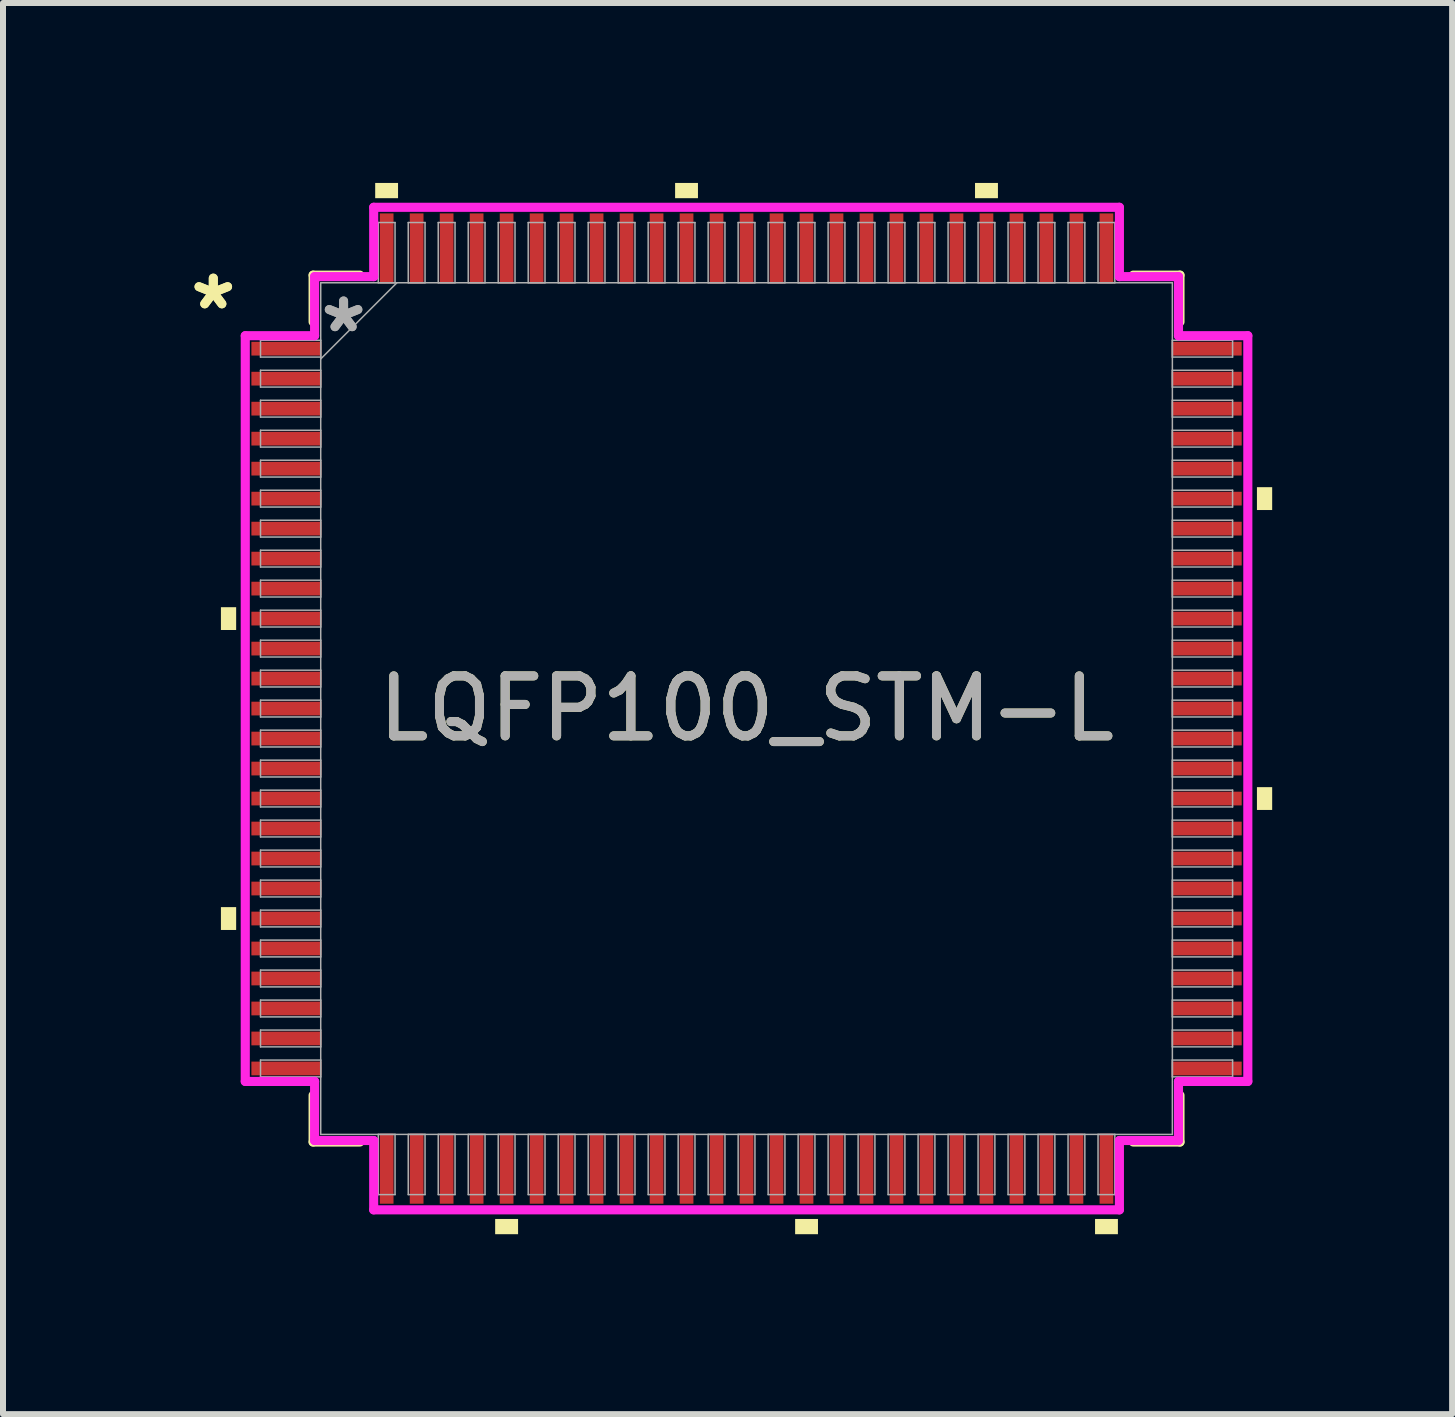
<source format=kicad_pcb>
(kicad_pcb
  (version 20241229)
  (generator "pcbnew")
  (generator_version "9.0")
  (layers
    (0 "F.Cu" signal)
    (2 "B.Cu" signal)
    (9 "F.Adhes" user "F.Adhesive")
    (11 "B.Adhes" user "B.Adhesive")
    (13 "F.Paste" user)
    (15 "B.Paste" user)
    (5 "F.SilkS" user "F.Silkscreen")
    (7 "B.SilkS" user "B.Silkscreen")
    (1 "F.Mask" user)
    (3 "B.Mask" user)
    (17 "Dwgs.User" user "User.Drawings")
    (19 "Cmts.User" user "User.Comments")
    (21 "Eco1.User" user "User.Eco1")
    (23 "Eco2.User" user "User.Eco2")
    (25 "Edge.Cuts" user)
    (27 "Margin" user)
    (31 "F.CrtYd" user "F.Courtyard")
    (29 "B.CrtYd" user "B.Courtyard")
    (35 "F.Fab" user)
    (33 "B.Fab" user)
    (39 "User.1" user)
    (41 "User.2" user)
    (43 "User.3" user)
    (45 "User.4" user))
  (footprint "LQFP100_STM-L"
    (layer "F.Cu")
    (at 9.396 8.763)
    (property "Reference" "LQFP100_STM-L" (at 0 0 0) (unlocked yes) (layer "F.SilkS") (effects (font (size 1 1) (thickness 0.15))))
    (attr smd)
    (fp_line (start -7.226 -7.226) (end -7.226 -6.447) (stroke (width 0.152) (type solid)) (layer "F.SilkS"))
    (fp_line (start -7.226 6.447) (end -7.226 7.226) (stroke (width 0.152) (type solid)) (layer "F.SilkS"))
    (fp_line (start -7.226 7.226) (end -6.447 7.226) (stroke (width 0.152) (type solid)) (layer "F.SilkS"))
    (fp_line (start -6.447 -7.226) (end -7.226 -7.226) (stroke (width 0.152) (type solid)) (layer "F.SilkS"))
    (fp_line (start 6.447 7.226) (end 7.226 7.226) (stroke (width 0.152) (type solid)) (layer "F.SilkS"))
    (fp_line (start 7.226 -7.226) (end 6.447 -7.226) (stroke (width 0.152) (type solid)) (layer "F.SilkS"))
    (fp_line (start 7.226 -6.447) (end 7.226 -7.226) (stroke (width 0.152) (type solid)) (layer "F.SilkS"))
    (fp_line (start 7.226 7.226) (end 7.226 6.447) (stroke (width 0.152) (type solid)) (layer "F.SilkS"))
    (fp_poly (pts (xy -8.763 -1.69) (xy -8.763 -1.31) (xy -8.509 -1.31) (xy -8.509 -1.69)) (stroke (width 0) (type solid)) (fill yes) (layer "F.SilkS"))
    (fp_poly (pts (xy -8.763 3.31) (xy -8.763 3.691) (xy -8.509 3.691) (xy -8.509 3.31)) (stroke (width 0) (type solid)) (fill yes) (layer "F.SilkS"))
    (fp_poly (pts (xy -6.191 -8.509) (xy -6.191 -8.763) (xy -5.81 -8.763) (xy -5.81 -8.509)) (stroke (width 0) (type solid)) (fill yes) (layer "F.SilkS"))
    (fp_poly (pts (xy -4.191 8.509) (xy -4.191 8.763) (xy -3.809 8.763) (xy -3.809 8.509)) (stroke (width 0) (type solid)) (fill yes) (layer "F.SilkS"))
    (fp_poly (pts (xy -1.191 -8.509) (xy -1.191 -8.763) (xy -0.81 -8.763) (xy -0.81 -8.509)) (stroke (width 0) (type solid)) (fill yes) (layer "F.SilkS"))
    (fp_poly (pts (xy 0.81 8.509) (xy 0.81 8.763) (xy 1.191 8.763) (xy 1.191 8.509)) (stroke (width 0) (type solid)) (fill yes) (layer "F.SilkS"))
    (fp_poly (pts (xy 3.809 -8.509) (xy 3.809 -8.763) (xy 4.191 -8.763) (xy 4.191 -8.509)) (stroke (width 0) (type solid)) (fill yes) (layer "F.SilkS"))
    (fp_poly (pts (xy 5.81 8.509) (xy 5.81 8.763) (xy 6.191 8.763) (xy 6.191 8.509)) (stroke (width 0) (type solid)) (fill yes) (layer "F.SilkS"))
    (fp_poly (pts (xy 8.763 -3.691) (xy 8.763 -3.31) (xy 8.509 -3.31) (xy 8.509 -3.691)) (stroke (width 0) (type solid)) (fill yes) (layer "F.SilkS"))
    (fp_poly (pts (xy 8.763 1.31) (xy 8.763 1.69) (xy 8.509 1.69) (xy 8.509 1.31)) (stroke (width 0) (type solid)) (fill yes) (layer "F.SilkS"))
    (fp_line (start -8.357 -6.216) (end -7.201 -6.216) (stroke (width 0.152) (type solid)) (layer "F.CrtYd"))
    (fp_line (start -8.357 6.216) (end -8.357 -6.216) (stroke (width 0.152) (type solid)) (layer "F.CrtYd"))
    (fp_line (start -7.201 -7.201) (end -6.216 -7.201) (stroke (width 0.152) (type solid)) (layer "F.CrtYd"))
    (fp_line (start -7.201 -6.216) (end -7.201 -7.201) (stroke (width 0.152) (type solid)) (layer "F.CrtYd"))
    (fp_line (start -7.201 6.216) (end -8.357 6.216) (stroke (width 0.152) (type solid)) (layer "F.CrtYd"))
    (fp_line (start -7.201 7.201) (end -7.201 6.216) (stroke (width 0.152) (type solid)) (layer "F.CrtYd"))
    (fp_line (start -7.201 7.201) (end -6.216 7.201) (stroke (width 0.152) (type solid)) (layer "F.CrtYd"))
    (fp_line (start -6.216 -8.357) (end 6.216 -8.357) (stroke (width 0.152) (type solid)) (layer "F.CrtYd"))
    (fp_line (start -6.216 -7.201) (end -6.216 -8.357) (stroke (width 0.152) (type solid)) (layer "F.CrtYd"))
    (fp_line (start -6.216 7.201) (end -6.216 8.357) (stroke (width 0.152) (type solid)) (layer "F.CrtYd"))
    (fp_line (start -6.216 8.357) (end 6.216 8.357) (stroke (width 0.152) (type solid)) (layer "F.CrtYd"))
    (fp_line (start 6.216 -8.357) (end 6.216 -7.201) (stroke (width 0.152) (type solid)) (layer "F.CrtYd"))
    (fp_line (start 6.216 -7.201) (end 7.201 -7.201) (stroke (width 0.152) (type solid)) (layer "F.CrtYd"))
    (fp_line (start 6.216 7.201) (end 7.201 7.201) (stroke (width 0.152) (type solid)) (layer "F.CrtYd"))
    (fp_line (start 6.216 8.357) (end 6.216 7.201) (stroke (width 0.152) (type solid)) (layer "F.CrtYd"))
    (fp_line (start 7.201 -6.216) (end 7.201 -7.201) (stroke (width 0.152) (type solid)) (layer "F.CrtYd"))
    (fp_line (start 7.201 6.216) (end 8.357 6.216) (stroke (width 0.152) (type solid)) (layer "F.CrtYd"))
    (fp_line (start 7.201 7.201) (end 7.201 6.216) (stroke (width 0.152) (type solid)) (layer "F.CrtYd"))
    (fp_line (start 8.357 -6.216) (end 7.201 -6.216) (stroke (width 0.152) (type solid)) (layer "F.CrtYd"))
    (fp_line (start 8.357 6.216) (end 8.357 -6.216) (stroke (width 0.152) (type solid)) (layer "F.CrtYd"))
    (fp_line (start -8.103 -6.14) (end -8.103 -5.86) (stroke (width 0.025) (type solid)) (layer "F.Fab"))
    (fp_line (start -8.103 -5.86) (end -7.099 -5.86) (stroke (width 0.025) (type solid)) (layer "F.Fab"))
    (fp_line (start -8.103 -5.64) (end -8.103 -5.36) (stroke (width 0.025) (type solid)) (layer "F.Fab"))
    (fp_line (start -8.103 -5.36) (end -7.099 -5.36) (stroke (width 0.025) (type solid)) (layer "F.Fab"))
    (fp_line (start -8.103 -5.14) (end -8.103 -4.86) (stroke (width 0.025) (type solid)) (layer "F.Fab"))
    (fp_line (start -8.103 -4.86) (end -7.099 -4.86) (stroke (width 0.025) (type solid)) (layer "F.Fab"))
    (fp_line (start -8.103 -4.64) (end -8.103 -4.36) (stroke (width 0.025) (type solid)) (layer "F.Fab"))
    (fp_line (start -8.103 -4.36) (end -7.099 -4.36) (stroke (width 0.025) (type solid)) (layer "F.Fab"))
    (fp_line (start -8.103 -4.14) (end -8.103 -3.86) (stroke (width 0.025) (type solid)) (layer "F.Fab"))
    (fp_line (start -8.103 -3.86) (end -7.099 -3.86) (stroke (width 0.025) (type solid)) (layer "F.Fab"))
    (fp_line (start -8.103 -3.64) (end -8.103 -3.36) (stroke (width 0.025) (type solid)) (layer "F.Fab"))
    (fp_line (start -8.103 -3.36) (end -7.099 -3.36) (stroke (width 0.025) (type solid)) (layer "F.Fab"))
    (fp_line (start -8.103 -3.14) (end -8.103 -2.86) (stroke (width 0.025) (type solid)) (layer "F.Fab"))
    (fp_line (start -8.103 -2.86) (end -7.099 -2.86) (stroke (width 0.025) (type solid)) (layer "F.Fab"))
    (fp_line (start -8.103 -2.64) (end -8.103 -2.36) (stroke (width 0.025) (type solid)) (layer "F.Fab"))
    (fp_line (start -8.103 -2.36) (end -7.099 -2.36) (stroke (width 0.025) (type solid)) (layer "F.Fab"))
    (fp_line (start -8.103 -2.14) (end -8.103 -1.86) (stroke (width 0.025) (type solid)) (layer "F.Fab"))
    (fp_line (start -8.103 -1.86) (end -7.099 -1.86) (stroke (width 0.025) (type solid)) (layer "F.Fab"))
    (fp_line (start -8.103 -1.64) (end -8.103 -1.36) (stroke (width 0.025) (type solid)) (layer "F.Fab"))
    (fp_line (start -8.103 -1.36) (end -7.099 -1.36) (stroke (width 0.025) (type solid)) (layer "F.Fab"))
    (fp_line (start -8.103 -1.14) (end -8.103 -0.86) (stroke (width 0.025) (type solid)) (layer "F.Fab"))
    (fp_line (start -8.103 -0.86) (end -7.099 -0.86) (stroke (width 0.025) (type solid)) (layer "F.Fab"))
    (fp_line (start -8.103 -0.64) (end -8.103 -0.36) (stroke (width 0.025) (type solid)) (layer "F.Fab"))
    (fp_line (start -8.103 -0.36) (end -7.099 -0.36) (stroke (width 0.025) (type solid)) (layer "F.Fab"))
    (fp_line (start -8.103 -0.14) (end -8.103 0.14) (stroke (width 0.025) (type solid)) (layer "F.Fab"))
    (fp_line (start -8.103 0.14) (end -7.099 0.14) (stroke (width 0.025) (type solid)) (layer "F.Fab"))
    (fp_line (start -8.103 0.36) (end -8.103 0.64) (stroke (width 0.025) (type solid)) (layer "F.Fab"))
    (fp_line (start -8.103 0.64) (end -7.099 0.64) (stroke (width 0.025) (type solid)) (layer "F.Fab"))
    (fp_line (start -8.103 0.86) (end -8.103 1.14) (stroke (width 0.025) (type solid)) (layer "F.Fab"))
    (fp_line (start -8.103 1.14) (end -7.099 1.14) (stroke (width 0.025) (type solid)) (layer "F.Fab"))
    (fp_line (start -8.103 1.36) (end -8.103 1.64) (stroke (width 0.025) (type solid)) (layer "F.Fab"))
    (fp_line (start -8.103 1.64) (end -7.099 1.64) (stroke (width 0.025) (type solid)) (layer "F.Fab"))
    (fp_line (start -8.103 1.86) (end -8.103 2.14) (stroke (width 0.025) (type solid)) (layer "F.Fab"))
    (fp_line (start -8.103 2.14) (end -7.099 2.14) (stroke (width 0.025) (type solid)) (layer "F.Fab"))
    (fp_line (start -8.103 2.36) (end -8.103 2.64) (stroke (width 0.025) (type solid)) (layer "F.Fab"))
    (fp_line (start -8.103 2.64) (end -7.099 2.64) (stroke (width 0.025) (type solid)) (layer "F.Fab"))
    (fp_line (start -8.103 2.86) (end -8.103 3.14) (stroke (width 0.025) (type solid)) (layer "F.Fab"))
    (fp_line (start -8.103 3.14) (end -7.099 3.14) (stroke (width 0.025) (type solid)) (layer "F.Fab"))
    (fp_line (start -8.103 3.36) (end -8.103 3.64) (stroke (width 0.025) (type solid)) (layer "F.Fab"))
    (fp_line (start -8.103 3.64) (end -7.099 3.64) (stroke (width 0.025) (type solid)) (layer "F.Fab"))
    (fp_line (start -8.103 3.86) (end -8.103 4.14) (stroke (width 0.025) (type solid)) (layer "F.Fab"))
    (fp_line (start -8.103 4.14) (end -7.099 4.14) (stroke (width 0.025) (type solid)) (layer "F.Fab"))
    (fp_line (start -8.103 4.36) (end -8.103 4.64) (stroke (width 0.025) (type solid)) (layer "F.Fab"))
    (fp_line (start -8.103 4.64) (end -7.099 4.64) (stroke (width 0.025) (type solid)) (layer "F.Fab"))
    (fp_line (start -8.103 4.86) (end -8.103 5.14) (stroke (width 0.025) (type solid)) (layer "F.Fab"))
    (fp_line (start -8.103 5.14) (end -7.099 5.14) (stroke (width 0.025) (type solid)) (layer "F.Fab"))
    (fp_line (start -8.103 5.36) (end -8.103 5.64) (stroke (width 0.025) (type solid)) (layer "F.Fab"))
    (fp_line (start -8.103 5.64) (end -7.099 5.64) (stroke (width 0.025) (type solid)) (layer "F.Fab"))
    (fp_line (start -8.103 5.86) (end -8.103 6.14) (stroke (width 0.025) (type solid)) (layer "F.Fab"))
    (fp_line (start -8.103 6.14) (end -7.099 6.14) (stroke (width 0.025) (type solid)) (layer "F.Fab"))
    (fp_line (start -7.099 -7.099) (end -7.099 7.099) (stroke (width 0.025) (type solid)) (layer "F.Fab"))
    (fp_line (start -7.099 -6.14) (end -8.103 -6.14) (stroke (width 0.025) (type solid)) (layer "F.Fab"))
    (fp_line (start -7.099 -5.86) (end -7.099 -6.14) (stroke (width 0.025) (type solid)) (layer "F.Fab"))
    (fp_line (start -7.099 -5.829) (end -5.829 -7.099) (stroke (width 0.025) (type solid)) (layer "F.Fab"))
    (fp_line (start -7.099 -5.64) (end -8.103 -5.64) (stroke (width 0.025) (type solid)) (layer "F.Fab"))
    (fp_line (start -7.099 -5.36) (end -7.099 -5.64) (stroke (width 0.025) (type solid)) (layer "F.Fab"))
    (fp_line (start -7.099 -5.14) (end -8.103 -5.14) (stroke (width 0.025) (type solid)) (layer "F.Fab"))
    (fp_line (start -7.099 -4.86) (end -7.099 -5.14) (stroke (width 0.025) (type solid)) (layer "F.Fab"))
    (fp_line (start -7.099 -4.64) (end -8.103 -4.64) (stroke (width 0.025) (type solid)) (layer "F.Fab"))
    (fp_line (start -7.099 -4.36) (end -7.099 -4.64) (stroke (width 0.025) (type solid)) (layer "F.Fab"))
    (fp_line (start -7.099 -4.14) (end -8.103 -4.14) (stroke (width 0.025) (type solid)) (layer "F.Fab"))
    (fp_line (start -7.099 -3.86) (end -7.099 -4.14) (stroke (width 0.025) (type solid)) (layer "F.Fab"))
    (fp_line (start -7.099 -3.64) (end -8.103 -3.64) (stroke (width 0.025) (type solid)) (layer "F.Fab"))
    (fp_line (start -7.099 -3.36) (end -7.099 -3.64) (stroke (width 0.025) (type solid)) (layer "F.Fab"))
    (fp_line (start -7.099 -3.14) (end -8.103 -3.14) (stroke (width 0.025) (type solid)) (layer "F.Fab"))
    (fp_line (start -7.099 -2.86) (end -7.099 -3.14) (stroke (width 0.025) (type solid)) (layer "F.Fab"))
    (fp_line (start -7.099 -2.64) (end -8.103 -2.64) (stroke (width 0.025) (type solid)) (layer "F.Fab"))
    (fp_line (start -7.099 -2.36) (end -7.099 -2.64) (stroke (width 0.025) (type solid)) (layer "F.Fab"))
    (fp_line (start -7.099 -2.14) (end -8.103 -2.14) (stroke (width 0.025) (type solid)) (layer "F.Fab"))
    (fp_line (start -7.099 -1.86) (end -7.099 -2.14) (stroke (width 0.025) (type solid)) (layer "F.Fab"))
    (fp_line (start -7.099 -1.64) (end -8.103 -1.64) (stroke (width 0.025) (type solid)) (layer "F.Fab"))
    (fp_line (start -7.099 -1.36) (end -7.099 -1.64) (stroke (width 0.025) (type solid)) (layer "F.Fab"))
    (fp_line (start -7.099 -1.14) (end -8.103 -1.14) (stroke (width 0.025) (type solid)) (layer "F.Fab"))
    (fp_line (start -7.099 -0.86) (end -7.099 -1.14) (stroke (width 0.025) (type solid)) (layer "F.Fab"))
    (fp_line (start -7.099 -0.64) (end -8.103 -0.64) (stroke (width 0.025) (type solid)) (layer "F.Fab"))
    (fp_line (start -7.099 -0.36) (end -7.099 -0.64) (stroke (width 0.025) (type solid)) (layer "F.Fab"))
    (fp_line (start -7.099 -0.14) (end -8.103 -0.14) (stroke (width 0.025) (type solid)) (layer "F.Fab"))
    (fp_line (start -7.099 0.14) (end -7.099 -0.14) (stroke (width 0.025) (type solid)) (layer "F.Fab"))
    (fp_line (start -7.099 0.36) (end -8.103 0.36) (stroke (width 0.025) (type solid)) (layer "F.Fab"))
    (fp_line (start -7.099 0.64) (end -7.099 0.36) (stroke (width 0.025) (type solid)) (layer "F.Fab"))
    (fp_line (start -7.099 0.86) (end -8.103 0.86) (stroke (width 0.025) (type solid)) (layer "F.Fab"))
    (fp_line (start -7.099 1.14) (end -7.099 0.86) (stroke (width 0.025) (type solid)) (layer "F.Fab"))
    (fp_line (start -7.099 1.36) (end -8.103 1.36) (stroke (width 0.025) (type solid)) (layer "F.Fab"))
    (fp_line (start -7.099 1.64) (end -7.099 1.36) (stroke (width 0.025) (type solid)) (layer "F.Fab"))
    (fp_line (start -7.099 1.86) (end -8.103 1.86) (stroke (width 0.025) (type solid)) (layer "F.Fab"))
    (fp_line (start -7.099 2.14) (end -7.099 1.86) (stroke (width 0.025) (type solid)) (layer "F.Fab"))
    (fp_line (start -7.099 2.36) (end -8.103 2.36) (stroke (width 0.025) (type solid)) (layer "F.Fab"))
    (fp_line (start -7.099 2.64) (end -7.099 2.36) (stroke (width 0.025) (type solid)) (layer "F.Fab"))
    (fp_line (start -7.099 2.86) (end -8.103 2.86) (stroke (width 0.025) (type solid)) (layer "F.Fab"))
    (fp_line (start -7.099 3.14) (end -7.099 2.86) (stroke (width 0.025) (type solid)) (layer "F.Fab"))
    (fp_line (start -7.099 3.36) (end -8.103 3.36) (stroke (width 0.025) (type solid)) (layer "F.Fab"))
    (fp_line (start -7.099 3.64) (end -7.099 3.36) (stroke (width 0.025) (type solid)) (layer "F.Fab"))
    (fp_line (start -7.099 3.86) (end -8.103 3.86) (stroke (width 0.025) (type solid)) (layer "F.Fab"))
    (fp_line (start -7.099 4.14) (end -7.099 3.86) (stroke (width 0.025) (type solid)) (layer "F.Fab"))
    (fp_line (start -7.099 4.36) (end -8.103 4.36) (stroke (width 0.025) (type solid)) (layer "F.Fab"))
    (fp_line (start -7.099 4.64) (end -7.099 4.36) (stroke (width 0.025) (type solid)) (layer "F.Fab"))
    (fp_line (start -7.099 4.86) (end -8.103 4.86) (stroke (width 0.025) (type solid)) (layer "F.Fab"))
    (fp_line (start -7.099 5.14) (end -7.099 4.86) (stroke (width 0.025) (type solid)) (layer "F.Fab"))
    (fp_line (start -7.099 5.36) (end -8.103 5.36) (stroke (width 0.025) (type solid)) (layer "F.Fab"))
    (fp_line (start -7.099 5.64) (end -7.099 5.36) (stroke (width 0.025) (type solid)) (layer "F.Fab"))
    (fp_line (start -7.099 5.86) (end -8.103 5.86) (stroke (width 0.025) (type solid)) (layer "F.Fab"))
    (fp_line (start -7.099 6.14) (end -7.099 5.86) (stroke (width 0.025) (type solid)) (layer "F.Fab"))
    (fp_line (start -7.099 7.099) (end 7.099 7.099) (stroke (width 0.025) (type solid)) (layer "F.Fab"))
    (fp_line (start -6.14 -8.103) (end -6.14 -7.099) (stroke (width 0.025) (type solid)) (layer "F.Fab"))
    (fp_line (start -6.14 -7.099) (end -5.86 -7.099) (stroke (width 0.025) (type solid)) (layer "F.Fab"))
    (fp_line (start -6.14 7.099) (end -6.14 8.103) (stroke (width 0.025) (type solid)) (layer "F.Fab"))
    (fp_line (start -6.14 8.103) (end -5.86 8.103) (stroke (width 0.025) (type solid)) (layer "F.Fab"))
    (fp_line (start -5.86 -8.103) (end -6.14 -8.103) (stroke (width 0.025) (type solid)) (layer "F.Fab"))
    (fp_line (start -5.86 -7.099) (end -5.86 -8.103) (stroke (width 0.025) (type solid)) (layer "F.Fab"))
    (fp_line (start -5.86 7.099) (end -6.14 7.099) (stroke (width 0.025) (type solid)) (layer "F.Fab"))
    (fp_line (start -5.86 8.103) (end -5.86 7.099) (stroke (width 0.025) (type solid)) (layer "F.Fab"))
    (fp_line (start -5.64 -8.103) (end -5.64 -7.099) (stroke (width 0.025) (type solid)) (layer "F.Fab"))
    (fp_line (start -5.64 -7.099) (end -5.36 -7.099) (stroke (width 0.025) (type solid)) (layer "F.Fab"))
    (fp_line (start -5.64 7.099) (end -5.64 8.103) (stroke (width 0.025) (type solid)) (layer "F.Fab"))
    (fp_line (start -5.64 8.103) (end -5.36 8.103) (stroke (width 0.025) (type solid)) (layer "F.Fab"))
    (fp_line (start -5.36 -8.103) (end -5.64 -8.103) (stroke (width 0.025) (type solid)) (layer "F.Fab"))
    (fp_line (start -5.36 -7.099) (end -5.36 -8.103) (stroke (width 0.025) (type solid)) (layer "F.Fab"))
    (fp_line (start -5.36 7.099) (end -5.64 7.099) (stroke (width 0.025) (type solid)) (layer "F.Fab"))
    (fp_line (start -5.36 8.103) (end -5.36 7.099) (stroke (width 0.025) (type solid)) (layer "F.Fab"))
    (fp_line (start -5.14 -8.103) (end -5.14 -7.099) (stroke (width 0.025) (type solid)) (layer "F.Fab"))
    (fp_line (start -5.14 -7.099) (end -4.86 -7.099) (stroke (width 0.025) (type solid)) (layer "F.Fab"))
    (fp_line (start -5.14 7.099) (end -5.14 8.103) (stroke (width 0.025) (type solid)) (layer "F.Fab"))
    (fp_line (start -5.14 8.103) (end -4.86 8.103) (stroke (width 0.025) (type solid)) (layer "F.Fab"))
    (fp_line (start -4.86 -8.103) (end -5.14 -8.103) (stroke (width 0.025) (type solid)) (layer "F.Fab"))
    (fp_line (start -4.86 -7.099) (end -4.86 -8.103) (stroke (width 0.025) (type solid)) (layer "F.Fab"))
    (fp_line (start -4.86 7.099) (end -5.14 7.099) (stroke (width 0.025) (type solid)) (layer "F.Fab"))
    (fp_line (start -4.86 8.103) (end -4.86 7.099) (stroke (width 0.025) (type solid)) (layer "F.Fab"))
    (fp_line (start -4.64 -8.103) (end -4.64 -7.099) (stroke (width 0.025) (type solid)) (layer "F.Fab"))
    (fp_line (start -4.64 -7.099) (end -4.36 -7.099) (stroke (width 0.025) (type solid)) (layer "F.Fab"))
    (fp_line (start -4.64 7.099) (end -4.64 8.103) (stroke (width 0.025) (type solid)) (layer "F.Fab"))
    (fp_line (start -4.64 8.103) (end -4.36 8.103) (stroke (width 0.025) (type solid)) (layer "F.Fab"))
    (fp_line (start -4.36 -8.103) (end -4.64 -8.103) (stroke (width 0.025) (type solid)) (layer "F.Fab"))
    (fp_line (start -4.36 -7.099) (end -4.36 -8.103) (stroke (width 0.025) (type solid)) (layer "F.Fab"))
    (fp_line (start -4.36 7.099) (end -4.64 7.099) (stroke (width 0.025) (type solid)) (layer "F.Fab"))
    (fp_line (start -4.36 8.103) (end -4.36 7.099) (stroke (width 0.025) (type solid)) (layer "F.Fab"))
    (fp_line (start -4.14 -8.103) (end -4.14 -7.099) (stroke (width 0.025) (type solid)) (layer "F.Fab"))
    (fp_line (start -4.14 -7.099) (end -3.86 -7.099) (stroke (width 0.025) (type solid)) (layer "F.Fab"))
    (fp_line (start -4.14 7.099) (end -4.14 8.103) (stroke (width 0.025) (type solid)) (layer "F.Fab"))
    (fp_line (start -4.14 8.103) (end -3.86 8.103) (stroke (width 0.025) (type solid)) (layer "F.Fab"))
    (fp_line (start -3.86 -8.103) (end -4.14 -8.103) (stroke (width 0.025) (type solid)) (layer "F.Fab"))
    (fp_line (start -3.86 -7.099) (end -3.86 -8.103) (stroke (width 0.025) (type solid)) (layer "F.Fab"))
    (fp_line (start -3.86 7.099) (end -4.14 7.099) (stroke (width 0.025) (type solid)) (layer "F.Fab"))
    (fp_line (start -3.86 8.103) (end -3.86 7.099) (stroke (width 0.025) (type solid)) (layer "F.Fab"))
    (fp_line (start -3.64 -8.103) (end -3.64 -7.099) (stroke (width 0.025) (type solid)) (layer "F.Fab"))
    (fp_line (start -3.64 -7.099) (end -3.36 -7.099) (stroke (width 0.025) (type solid)) (layer "F.Fab"))
    (fp_line (start -3.64 7.099) (end -3.64 8.103) (stroke (width 0.025) (type solid)) (layer "F.Fab"))
    (fp_line (start -3.64 8.103) (end -3.36 8.103) (stroke (width 0.025) (type solid)) (layer "F.Fab"))
    (fp_line (start -3.36 -8.103) (end -3.64 -8.103) (stroke (width 0.025) (type solid)) (layer "F.Fab"))
    (fp_line (start -3.36 -7.099) (end -3.36 -8.103) (stroke (width 0.025) (type solid)) (layer "F.Fab"))
    (fp_line (start -3.36 7.099) (end -3.64 7.099) (stroke (width 0.025) (type solid)) (layer "F.Fab"))
    (fp_line (start -3.36 8.103) (end -3.36 7.099) (stroke (width 0.025) (type solid)) (layer "F.Fab"))
    (fp_line (start -3.14 -8.103) (end -3.14 -7.099) (stroke (width 0.025) (type solid)) (layer "F.Fab"))
    (fp_line (start -3.14 -7.099) (end -2.86 -7.099) (stroke (width 0.025) (type solid)) (layer "F.Fab"))
    (fp_line (start -3.14 7.099) (end -3.14 8.103) (stroke (width 0.025) (type solid)) (layer "F.Fab"))
    (fp_line (start -3.14 8.103) (end -2.86 8.103) (stroke (width 0.025) (type solid)) (layer "F.Fab"))
    (fp_line (start -2.86 -8.103) (end -3.14 -8.103) (stroke (width 0.025) (type solid)) (layer "F.Fab"))
    (fp_line (start -2.86 -7.099) (end -2.86 -8.103) (stroke (width 0.025) (type solid)) (layer "F.Fab"))
    (fp_line (start -2.86 7.099) (end -3.14 7.099) (stroke (width 0.025) (type solid)) (layer "F.Fab"))
    (fp_line (start -2.86 8.103) (end -2.86 7.099) (stroke (width 0.025) (type solid)) (layer "F.Fab"))
    (fp_line (start -2.64 -8.103) (end -2.64 -7.099) (stroke (width 0.025) (type solid)) (layer "F.Fab"))
    (fp_line (start -2.64 -7.099) (end -2.36 -7.099) (stroke (width 0.025) (type solid)) (layer "F.Fab"))
    (fp_line (start -2.64 7.099) (end -2.64 8.103) (stroke (width 0.025) (type solid)) (layer "F.Fab"))
    (fp_line (start -2.64 8.103) (end -2.36 8.103) (stroke (width 0.025) (type solid)) (layer "F.Fab"))
    (fp_line (start -2.36 -8.103) (end -2.64 -8.103) (stroke (width 0.025) (type solid)) (layer "F.Fab"))
    (fp_line (start -2.36 -7.099) (end -2.36 -8.103) (stroke (width 0.025) (type solid)) (layer "F.Fab"))
    (fp_line (start -2.36 7.099) (end -2.64 7.099) (stroke (width 0.025) (type solid)) (layer "F.Fab"))
    (fp_line (start -2.36 8.103) (end -2.36 7.099) (stroke (width 0.025) (type solid)) (layer "F.Fab"))
    (fp_line (start -2.14 -8.103) (end -2.14 -7.099) (stroke (width 0.025) (type solid)) (layer "F.Fab"))
    (fp_line (start -2.14 -7.099) (end -1.86 -7.099) (stroke (width 0.025) (type solid)) (layer "F.Fab"))
    (fp_line (start -2.14 7.099) (end -2.14 8.103) (stroke (width 0.025) (type solid)) (layer "F.Fab"))
    (fp_line (start -2.14 8.103) (end -1.86 8.103) (stroke (width 0.025) (type solid)) (layer "F.Fab"))
    (fp_line (start -1.86 -8.103) (end -2.14 -8.103) (stroke (width 0.025) (type solid)) (layer "F.Fab"))
    (fp_line (start -1.86 -7.099) (end -1.86 -8.103) (stroke (width 0.025) (type solid)) (layer "F.Fab"))
    (fp_line (start -1.86 7.099) (end -2.14 7.099) (stroke (width 0.025) (type solid)) (layer "F.Fab"))
    (fp_line (start -1.86 8.103) (end -1.86 7.099) (stroke (width 0.025) (type solid)) (layer "F.Fab"))
    (fp_line (start -1.64 -8.103) (end -1.64 -7.099) (stroke (width 0.025) (type solid)) (layer "F.Fab"))
    (fp_line (start -1.64 -7.099) (end -1.36 -7.099) (stroke (width 0.025) (type solid)) (layer "F.Fab"))
    (fp_line (start -1.64 7.099) (end -1.64 8.103) (stroke (width 0.025) (type solid)) (layer "F.Fab"))
    (fp_line (start -1.64 8.103) (end -1.36 8.103) (stroke (width 0.025) (type solid)) (layer "F.Fab"))
    (fp_line (start -1.36 -8.103) (end -1.64 -8.103) (stroke (width 0.025) (type solid)) (layer "F.Fab"))
    (fp_line (start -1.36 -7.099) (end -1.36 -8.103) (stroke (width 0.025) (type solid)) (layer "F.Fab"))
    (fp_line (start -1.36 7.099) (end -1.64 7.099) (stroke (width 0.025) (type solid)) (layer "F.Fab"))
    (fp_line (start -1.36 8.103) (end -1.36 7.099) (stroke (width 0.025) (type solid)) (layer "F.Fab"))
    (fp_line (start -1.14 -8.103) (end -1.14 -7.099) (stroke (width 0.025) (type solid)) (layer "F.Fab"))
    (fp_line (start -1.14 -7.099) (end -0.86 -7.099) (stroke (width 0.025) (type solid)) (layer "F.Fab"))
    (fp_line (start -1.14 7.099) (end -1.14 8.103) (stroke (width 0.025) (type solid)) (layer "F.Fab"))
    (fp_line (start -1.14 8.103) (end -0.86 8.103) (stroke (width 0.025) (type solid)) (layer "F.Fab"))
    (fp_line (start -0.86 -8.103) (end -1.14 -8.103) (stroke (width 0.025) (type solid)) (layer "F.Fab"))
    (fp_line (start -0.86 -7.099) (end -0.86 -8.103) (stroke (width 0.025) (type solid)) (layer "F.Fab"))
    (fp_line (start -0.86 7.099) (end -1.14 7.099) (stroke (width 0.025) (type solid)) (layer "F.Fab"))
    (fp_line (start -0.86 8.103) (end -0.86 7.099) (stroke (width 0.025) (type solid)) (layer "F.Fab"))
    (fp_line (start -0.64 -8.103) (end -0.64 -7.099) (stroke (width 0.025) (type solid)) (layer "F.Fab"))
    (fp_line (start -0.64 -7.099) (end -0.36 -7.099) (stroke (width 0.025) (type solid)) (layer "F.Fab"))
    (fp_line (start -0.64 7.099) (end -0.64 8.103) (stroke (width 0.025) (type solid)) (layer "F.Fab"))
    (fp_line (start -0.64 8.103) (end -0.36 8.103) (stroke (width 0.025) (type solid)) (layer "F.Fab"))
    (fp_line (start -0.36 -8.103) (end -0.64 -8.103) (stroke (width 0.025) (type solid)) (layer "F.Fab"))
    (fp_line (start -0.36 -7.099) (end -0.36 -8.103) (stroke (width 0.025) (type solid)) (layer "F.Fab"))
    (fp_line (start -0.36 7.099) (end -0.64 7.099) (stroke (width 0.025) (type solid)) (layer "F.Fab"))
    (fp_line (start -0.36 8.103) (end -0.36 7.099) (stroke (width 0.025) (type solid)) (layer "F.Fab"))
    (fp_line (start -0.14 -8.103) (end -0.14 -7.099) (stroke (width 0.025) (type solid)) (layer "F.Fab"))
    (fp_line (start -0.14 -7.099) (end 0.14 -7.099) (stroke (width 0.025) (type solid)) (layer "F.Fab"))
    (fp_line (start -0.14 7.099) (end -0.14 8.103) (stroke (width 0.025) (type solid)) (layer "F.Fab"))
    (fp_line (start -0.14 8.103) (end 0.14 8.103) (stroke (width 0.025) (type solid)) (layer "F.Fab"))
    (fp_line (start 0.14 -8.103) (end -0.14 -8.103) (stroke (width 0.025) (type solid)) (layer "F.Fab"))
    (fp_line (start 0.14 -7.099) (end 0.14 -8.103) (stroke (width 0.025) (type solid)) (layer "F.Fab"))
    (fp_line (start 0.14 7.099) (end -0.14 7.099) (stroke (width 0.025) (type solid)) (layer "F.Fab"))
    (fp_line (start 0.14 8.103) (end 0.14 7.099) (stroke (width 0.025) (type solid)) (layer "F.Fab"))
    (fp_line (start 0.36 -8.103) (end 0.36 -7.099) (stroke (width 0.025) (type solid)) (layer "F.Fab"))
    (fp_line (start 0.36 -7.099) (end 0.64 -7.099) (stroke (width 0.025) (type solid)) (layer "F.Fab"))
    (fp_line (start 0.36 7.099) (end 0.36 8.103) (stroke (width 0.025) (type solid)) (layer "F.Fab"))
    (fp_line (start 0.36 8.103) (end 0.64 8.103) (stroke (width 0.025) (type solid)) (layer "F.Fab"))
    (fp_line (start 0.64 -8.103) (end 0.36 -8.103) (stroke (width 0.025) (type solid)) (layer "F.Fab"))
    (fp_line (start 0.64 -7.099) (end 0.64 -8.103) (stroke (width 0.025) (type solid)) (layer "F.Fab"))
    (fp_line (start 0.64 7.099) (end 0.36 7.099) (stroke (width 0.025) (type solid)) (layer "F.Fab"))
    (fp_line (start 0.64 8.103) (end 0.64 7.099) (stroke (width 0.025) (type solid)) (layer "F.Fab"))
    (fp_line (start 0.86 -8.103) (end 0.86 -7.099) (stroke (width 0.025) (type solid)) (layer "F.Fab"))
    (fp_line (start 0.86 -7.099) (end 1.14 -7.099) (stroke (width 0.025) (type solid)) (layer "F.Fab"))
    (fp_line (start 0.86 7.099) (end 0.86 8.103) (stroke (width 0.025) (type solid)) (layer "F.Fab"))
    (fp_line (start 0.86 8.103) (end 1.14 8.103) (stroke (width 0.025) (type solid)) (layer "F.Fab"))
    (fp_line (start 1.14 -8.103) (end 0.86 -8.103) (stroke (width 0.025) (type solid)) (layer "F.Fab"))
    (fp_line (start 1.14 -7.099) (end 1.14 -8.103) (stroke (width 0.025) (type solid)) (layer "F.Fab"))
    (fp_line (start 1.14 7.099) (end 0.86 7.099) (stroke (width 0.025) (type solid)) (layer "F.Fab"))
    (fp_line (start 1.14 8.103) (end 1.14 7.099) (stroke (width 0.025) (type solid)) (layer "F.Fab"))
    (fp_line (start 1.36 -8.103) (end 1.36 -7.099) (stroke (width 0.025) (type solid)) (layer "F.Fab"))
    (fp_line (start 1.36 -7.099) (end 1.64 -7.099) (stroke (width 0.025) (type solid)) (layer "F.Fab"))
    (fp_line (start 1.36 7.099) (end 1.36 8.103) (stroke (width 0.025) (type solid)) (layer "F.Fab"))
    (fp_line (start 1.36 8.103) (end 1.64 8.103) (stroke (width 0.025) (type solid)) (layer "F.Fab"))
    (fp_line (start 1.64 -8.103) (end 1.36 -8.103) (stroke (width 0.025) (type solid)) (layer "F.Fab"))
    (fp_line (start 1.64 -7.099) (end 1.64 -8.103) (stroke (width 0.025) (type solid)) (layer "F.Fab"))
    (fp_line (start 1.64 7.099) (end 1.36 7.099) (stroke (width 0.025) (type solid)) (layer "F.Fab"))
    (fp_line (start 1.64 8.103) (end 1.64 7.099) (stroke (width 0.025) (type solid)) (layer "F.Fab"))
    (fp_line (start 1.86 -8.103) (end 1.86 -7.099) (stroke (width 0.025) (type solid)) (layer "F.Fab"))
    (fp_line (start 1.86 -7.099) (end 2.14 -7.099) (stroke (width 0.025) (type solid)) (layer "F.Fab"))
    (fp_line (start 1.86 7.099) (end 1.86 8.103) (stroke (width 0.025) (type solid)) (layer "F.Fab"))
    (fp_line (start 1.86 8.103) (end 2.14 8.103) (stroke (width 0.025) (type solid)) (layer "F.Fab"))
    (fp_line (start 2.14 -8.103) (end 1.86 -8.103) (stroke (width 0.025) (type solid)) (layer "F.Fab"))
    (fp_line (start 2.14 -7.099) (end 2.14 -8.103) (stroke (width 0.025) (type solid)) (layer "F.Fab"))
    (fp_line (start 2.14 7.099) (end 1.86 7.099) (stroke (width 0.025) (type solid)) (layer "F.Fab"))
    (fp_line (start 2.14 8.103) (end 2.14 7.099) (stroke (width 0.025) (type solid)) (layer "F.Fab"))
    (fp_line (start 2.36 -8.103) (end 2.36 -7.099) (stroke (width 0.025) (type solid)) (layer "F.Fab"))
    (fp_line (start 2.36 -7.099) (end 2.64 -7.099) (stroke (width 0.025) (type solid)) (layer "F.Fab"))
    (fp_line (start 2.36 7.099) (end 2.36 8.103) (stroke (width 0.025) (type solid)) (layer "F.Fab"))
    (fp_line (start 2.36 8.103) (end 2.64 8.103) (stroke (width 0.025) (type solid)) (layer "F.Fab"))
    (fp_line (start 2.64 -8.103) (end 2.36 -8.103) (stroke (width 0.025) (type solid)) (layer "F.Fab"))
    (fp_line (start 2.64 -7.099) (end 2.64 -8.103) (stroke (width 0.025) (type solid)) (layer "F.Fab"))
    (fp_line (start 2.64 7.099) (end 2.36 7.099) (stroke (width 0.025) (type solid)) (layer "F.Fab"))
    (fp_line (start 2.64 8.103) (end 2.64 7.099) (stroke (width 0.025) (type solid)) (layer "F.Fab"))
    (fp_line (start 2.86 -8.103) (end 2.86 -7.099) (stroke (width 0.025) (type solid)) (layer "F.Fab"))
    (fp_line (start 2.86 -7.099) (end 3.14 -7.099) (stroke (width 0.025) (type solid)) (layer "F.Fab"))
    (fp_line (start 2.86 7.099) (end 2.86 8.103) (stroke (width 0.025) (type solid)) (layer "F.Fab"))
    (fp_line (start 2.86 8.103) (end 3.14 8.103) (stroke (width 0.025) (type solid)) (layer "F.Fab"))
    (fp_line (start 3.14 -8.103) (end 2.86 -8.103) (stroke (width 0.025) (type solid)) (layer "F.Fab"))
    (fp_line (start 3.14 -7.099) (end 3.14 -8.103) (stroke (width 0.025) (type solid)) (layer "F.Fab"))
    (fp_line (start 3.14 7.099) (end 2.86 7.099) (stroke (width 0.025) (type solid)) (layer "F.Fab"))
    (fp_line (start 3.14 8.103) (end 3.14 7.099) (stroke (width 0.025) (type solid)) (layer "F.Fab"))
    (fp_line (start 3.36 -8.103) (end 3.36 -7.099) (stroke (width 0.025) (type solid)) (layer "F.Fab"))
    (fp_line (start 3.36 -7.099) (end 3.64 -7.099) (stroke (width 0.025) (type solid)) (layer "F.Fab"))
    (fp_line (start 3.36 7.099) (end 3.36 8.103) (stroke (width 0.025) (type solid)) (layer "F.Fab"))
    (fp_line (start 3.36 8.103) (end 3.64 8.103) (stroke (width 0.025) (type solid)) (layer "F.Fab"))
    (fp_line (start 3.64 -8.103) (end 3.36 -8.103) (stroke (width 0.025) (type solid)) (layer "F.Fab"))
    (fp_line (start 3.64 -7.099) (end 3.64 -8.103) (stroke (width 0.025) (type solid)) (layer "F.Fab"))
    (fp_line (start 3.64 7.099) (end 3.36 7.099) (stroke (width 0.025) (type solid)) (layer "F.Fab"))
    (fp_line (start 3.64 8.103) (end 3.64 7.099) (stroke (width 0.025) (type solid)) (layer "F.Fab"))
    (fp_line (start 3.86 -8.103) (end 3.86 -7.099) (stroke (width 0.025) (type solid)) (layer "F.Fab"))
    (fp_line (start 3.86 -7.099) (end 4.14 -7.099) (stroke (width 0.025) (type solid)) (layer "F.Fab"))
    (fp_line (start 3.86 7.099) (end 3.86 8.103) (stroke (width 0.025) (type solid)) (layer "F.Fab"))
    (fp_line (start 3.86 8.103) (end 4.14 8.103) (stroke (width 0.025) (type solid)) (layer "F.Fab"))
    (fp_line (start 4.14 -8.103) (end 3.86 -8.103) (stroke (width 0.025) (type solid)) (layer "F.Fab"))
    (fp_line (start 4.14 -7.099) (end 4.14 -8.103) (stroke (width 0.025) (type solid)) (layer "F.Fab"))
    (fp_line (start 4.14 7.099) (end 3.86 7.099) (stroke (width 0.025) (type solid)) (layer "F.Fab"))
    (fp_line (start 4.14 8.103) (end 4.14 7.099) (stroke (width 0.025) (type solid)) (layer "F.Fab"))
    (fp_line (start 4.36 -8.103) (end 4.36 -7.099) (stroke (width 0.025) (type solid)) (layer "F.Fab"))
    (fp_line (start 4.36 -7.099) (end 4.64 -7.099) (stroke (width 0.025) (type solid)) (layer "F.Fab"))
    (fp_line (start 4.36 7.099) (end 4.36 8.103) (stroke (width 0.025) (type solid)) (layer "F.Fab"))
    (fp_line (start 4.36 8.103) (end 4.64 8.103) (stroke (width 0.025) (type solid)) (layer "F.Fab"))
    (fp_line (start 4.64 -8.103) (end 4.36 -8.103) (stroke (width 0.025) (type solid)) (layer "F.Fab"))
    (fp_line (start 4.64 -7.099) (end 4.64 -8.103) (stroke (width 0.025) (type solid)) (layer "F.Fab"))
    (fp_line (start 4.64 7.099) (end 4.36 7.099) (stroke (width 0.025) (type solid)) (layer "F.Fab"))
    (fp_line (start 4.64 8.103) (end 4.64 7.099) (stroke (width 0.025) (type solid)) (layer "F.Fab"))
    (fp_line (start 4.86 -8.103) (end 4.86 -7.099) (stroke (width 0.025) (type solid)) (layer "F.Fab"))
    (fp_line (start 4.86 -7.099) (end 5.14 -7.099) (stroke (width 0.025) (type solid)) (layer "F.Fab"))
    (fp_line (start 4.86 7.099) (end 4.86 8.103) (stroke (width 0.025) (type solid)) (layer "F.Fab"))
    (fp_line (start 4.86 8.103) (end 5.14 8.103) (stroke (width 0.025) (type solid)) (layer "F.Fab"))
    (fp_line (start 5.14 -8.103) (end 4.86 -8.103) (stroke (width 0.025) (type solid)) (layer "F.Fab"))
    (fp_line (start 5.14 -7.099) (end 5.14 -8.103) (stroke (width 0.025) (type solid)) (layer "F.Fab"))
    (fp_line (start 5.14 7.099) (end 4.86 7.099) (stroke (width 0.025) (type solid)) (layer "F.Fab"))
    (fp_line (start 5.14 8.103) (end 5.14 7.099) (stroke (width 0.025) (type solid)) (layer "F.Fab"))
    (fp_line (start 5.36 -8.103) (end 5.36 -7.099) (stroke (width 0.025) (type solid)) (layer "F.Fab"))
    (fp_line (start 5.36 -7.099) (end 5.64 -7.099) (stroke (width 0.025) (type solid)) (layer "F.Fab"))
    (fp_line (start 5.36 7.099) (end 5.36 8.103) (stroke (width 0.025) (type solid)) (layer "F.Fab"))
    (fp_line (start 5.36 8.103) (end 5.64 8.103) (stroke (width 0.025) (type solid)) (layer "F.Fab"))
    (fp_line (start 5.64 -8.103) (end 5.36 -8.103) (stroke (width 0.025) (type solid)) (layer "F.Fab"))
    (fp_line (start 5.64 -7.099) (end 5.64 -8.103) (stroke (width 0.025) (type solid)) (layer "F.Fab"))
    (fp_line (start 5.64 7.099) (end 5.36 7.099) (stroke (width 0.025) (type solid)) (layer "F.Fab"))
    (fp_line (start 5.64 8.103) (end 5.64 7.099) (stroke (width 0.025) (type solid)) (layer "F.Fab"))
    (fp_line (start 5.86 -8.103) (end 5.86 -7.099) (stroke (width 0.025) (type solid)) (layer "F.Fab"))
    (fp_line (start 5.86 -7.099) (end 6.14 -7.099) (stroke (width 0.025) (type solid)) (layer "F.Fab"))
    (fp_line (start 5.86 7.099) (end 5.86 8.103) (stroke (width 0.025) (type solid)) (layer "F.Fab"))
    (fp_line (start 5.86 8.103) (end 6.14 8.103) (stroke (width 0.025) (type solid)) (layer "F.Fab"))
    (fp_line (start 6.14 -8.103) (end 5.86 -8.103) (stroke (width 0.025) (type solid)) (layer "F.Fab"))
    (fp_line (start 6.14 -7.099) (end 6.14 -8.103) (stroke (width 0.025) (type solid)) (layer "F.Fab"))
    (fp_line (start 6.14 7.099) (end 5.86 7.099) (stroke (width 0.025) (type solid)) (layer "F.Fab"))
    (fp_line (start 6.14 8.103) (end 6.14 7.099) (stroke (width 0.025) (type solid)) (layer "F.Fab"))
    (fp_line (start 7.099 -7.099) (end -7.099 -7.099) (stroke (width 0.025) (type solid)) (layer "F.Fab"))
    (fp_line (start 7.099 -6.14) (end 7.099 -5.86) (stroke (width 0.025) (type solid)) (layer "F.Fab"))
    (fp_line (start 7.099 -5.86) (end 8.103 -5.86) (stroke (width 0.025) (type solid)) (layer "F.Fab"))
    (fp_line (start 7.099 -5.64) (end 7.099 -5.36) (stroke (width 0.025) (type solid)) (layer "F.Fab"))
    (fp_line (start 7.099 -5.36) (end 8.103 -5.36) (stroke (width 0.025) (type solid)) (layer "F.Fab"))
    (fp_line (start 7.099 -5.14) (end 7.099 -4.86) (stroke (width 0.025) (type solid)) (layer "F.Fab"))
    (fp_line (start 7.099 -4.86) (end 8.103 -4.86) (stroke (width 0.025) (type solid)) (layer "F.Fab"))
    (fp_line (start 7.099 -4.64) (end 7.099 -4.36) (stroke (width 0.025) (type solid)) (layer "F.Fab"))
    (fp_line (start 7.099 -4.36) (end 8.103 -4.36) (stroke (width 0.025) (type solid)) (layer "F.Fab"))
    (fp_line (start 7.099 -4.14) (end 7.099 -3.86) (stroke (width 0.025) (type solid)) (layer "F.Fab"))
    (fp_line (start 7.099 -3.86) (end 8.103 -3.86) (stroke (width 0.025) (type solid)) (layer "F.Fab"))
    (fp_line (start 7.099 -3.64) (end 7.099 -3.36) (stroke (width 0.025) (type solid)) (layer "F.Fab"))
    (fp_line (start 7.099 -3.36) (end 8.103 -3.36) (stroke (width 0.025) (type solid)) (layer "F.Fab"))
    (fp_line (start 7.099 -3.14) (end 7.099 -2.86) (stroke (width 0.025) (type solid)) (layer "F.Fab"))
    (fp_line (start 7.099 -2.86) (end 8.103 -2.86) (stroke (width 0.025) (type solid)) (layer "F.Fab"))
    (fp_line (start 7.099 -2.64) (end 7.099 -2.36) (stroke (width 0.025) (type solid)) (layer "F.Fab"))
    (fp_line (start 7.099 -2.36) (end 8.103 -2.36) (stroke (width 0.025) (type solid)) (layer "F.Fab"))
    (fp_line (start 7.099 -2.14) (end 7.099 -1.86) (stroke (width 0.025) (type solid)) (layer "F.Fab"))
    (fp_line (start 7.099 -1.86) (end 8.103 -1.86) (stroke (width 0.025) (type solid)) (layer "F.Fab"))
    (fp_line (start 7.099 -1.64) (end 7.099 -1.36) (stroke (width 0.025) (type solid)) (layer "F.Fab"))
    (fp_line (start 7.099 -1.36) (end 8.103 -1.36) (stroke (width 0.025) (type solid)) (layer "F.Fab"))
    (fp_line (start 7.099 -1.14) (end 7.099 -0.86) (stroke (width 0.025) (type solid)) (layer "F.Fab"))
    (fp_line (start 7.099 -0.86) (end 8.103 -0.86) (stroke (width 0.025) (type solid)) (layer "F.Fab"))
    (fp_line (start 7.099 -0.64) (end 7.099 -0.36) (stroke (width 0.025) (type solid)) (layer "F.Fab"))
    (fp_line (start 7.099 -0.36) (end 8.103 -0.36) (stroke (width 0.025) (type solid)) (layer "F.Fab"))
    (fp_line (start 7.099 -0.14) (end 7.099 0.14) (stroke (width 0.025) (type solid)) (layer "F.Fab"))
    (fp_line (start 7.099 0.14) (end 8.103 0.14) (stroke (width 0.025) (type solid)) (layer "F.Fab"))
    (fp_line (start 7.099 0.36) (end 7.099 0.64) (stroke (width 0.025) (type solid)) (layer "F.Fab"))
    (fp_line (start 7.099 0.64) (end 8.103 0.64) (stroke (width 0.025) (type solid)) (layer "F.Fab"))
    (fp_line (start 7.099 0.86) (end 7.099 1.14) (stroke (width 0.025) (type solid)) (layer "F.Fab"))
    (fp_line (start 7.099 1.14) (end 8.103 1.14) (stroke (width 0.025) (type solid)) (layer "F.Fab"))
    (fp_line (start 7.099 1.36) (end 7.099 1.64) (stroke (width 0.025) (type solid)) (layer "F.Fab"))
    (fp_line (start 7.099 1.64) (end 8.103 1.64) (stroke (width 0.025) (type solid)) (layer "F.Fab"))
    (fp_line (start 7.099 1.86) (end 7.099 2.14) (stroke (width 0.025) (type solid)) (layer "F.Fab"))
    (fp_line (start 7.099 2.14) (end 8.103 2.14) (stroke (width 0.025) (type solid)) (layer "F.Fab"))
    (fp_line (start 7.099 2.36) (end 7.099 2.64) (stroke (width 0.025) (type solid)) (layer "F.Fab"))
    (fp_line (start 7.099 2.64) (end 8.103 2.64) (stroke (width 0.025) (type solid)) (layer "F.Fab"))
    (fp_line (start 7.099 2.86) (end 7.099 3.14) (stroke (width 0.025) (type solid)) (layer "F.Fab"))
    (fp_line (start 7.099 3.14) (end 8.103 3.14) (stroke (width 0.025) (type solid)) (layer "F.Fab"))
    (fp_line (start 7.099 3.36) (end 7.099 3.64) (stroke (width 0.025) (type solid)) (layer "F.Fab"))
    (fp_line (start 7.099 3.64) (end 8.103 3.64) (stroke (width 0.025) (type solid)) (layer "F.Fab"))
    (fp_line (start 7.099 3.86) (end 7.099 4.14) (stroke (width 0.025) (type solid)) (layer "F.Fab"))
    (fp_line (start 7.099 4.14) (end 8.103 4.14) (stroke (width 0.025) (type solid)) (layer "F.Fab"))
    (fp_line (start 7.099 4.36) (end 7.099 4.64) (stroke (width 0.025) (type solid)) (layer "F.Fab"))
    (fp_line (start 7.099 4.64) (end 8.103 4.64) (stroke (width 0.025) (type solid)) (layer "F.Fab"))
    (fp_line (start 7.099 4.86) (end 7.099 5.14) (stroke (width 0.025) (type solid)) (layer "F.Fab"))
    (fp_line (start 7.099 5.14) (end 8.103 5.14) (stroke (width 0.025) (type solid)) (layer "F.Fab"))
    (fp_line (start 7.099 5.36) (end 7.099 5.64) (stroke (width 0.025) (type solid)) (layer "F.Fab"))
    (fp_line (start 7.099 5.64) (end 8.103 5.64) (stroke (width 0.025) (type solid)) (layer "F.Fab"))
    (fp_line (start 7.099 5.86) (end 7.099 6.14) (stroke (width 0.025) (type solid)) (layer "F.Fab"))
    (fp_line (start 7.099 6.14) (end 8.103 6.14) (stroke (width 0.025) (type solid)) (layer "F.Fab"))
    (fp_line (start 7.099 7.099) (end 7.099 -7.099) (stroke (width 0.025) (type solid)) (layer "F.Fab"))
    (fp_line (start 8.103 -6.14) (end 7.099 -6.14) (stroke (width 0.025) (type solid)) (layer "F.Fab"))
    (fp_line (start 8.103 -5.86) (end 8.103 -6.14) (stroke (width 0.025) (type solid)) (layer "F.Fab"))
    (fp_line (start 8.103 -5.64) (end 7.099 -5.64) (stroke (width 0.025) (type solid)) (layer "F.Fab"))
    (fp_line (start 8.103 -5.36) (end 8.103 -5.64) (stroke (width 0.025) (type solid)) (layer "F.Fab"))
    (fp_line (start 8.103 -5.14) (end 7.099 -5.14) (stroke (width 0.025) (type solid)) (layer "F.Fab"))
    (fp_line (start 8.103 -4.86) (end 8.103 -5.14) (stroke (width 0.025) (type solid)) (layer "F.Fab"))
    (fp_line (start 8.103 -4.64) (end 7.099 -4.64) (stroke (width 0.025) (type solid)) (layer "F.Fab"))
    (fp_line (start 8.103 -4.36) (end 8.103 -4.64) (stroke (width 0.025) (type solid)) (layer "F.Fab"))
    (fp_line (start 8.103 -4.14) (end 7.099 -4.14) (stroke (width 0.025) (type solid)) (layer "F.Fab"))
    (fp_line (start 8.103 -3.86) (end 8.103 -4.14) (stroke (width 0.025) (type solid)) (layer "F.Fab"))
    (fp_line (start 8.103 -3.64) (end 7.099 -3.64) (stroke (width 0.025) (type solid)) (layer "F.Fab"))
    (fp_line (start 8.103 -3.36) (end 8.103 -3.64) (stroke (width 0.025) (type solid)) (layer "F.Fab"))
    (fp_line (start 8.103 -3.14) (end 7.099 -3.14) (stroke (width 0.025) (type solid)) (layer "F.Fab"))
    (fp_line (start 8.103 -2.86) (end 8.103 -3.14) (stroke (width 0.025) (type solid)) (layer "F.Fab"))
    (fp_line (start 8.103 -2.64) (end 7.099 -2.64) (stroke (width 0.025) (type solid)) (layer "F.Fab"))
    (fp_line (start 8.103 -2.36) (end 8.103 -2.64) (stroke (width 0.025) (type solid)) (layer "F.Fab"))
    (fp_line (start 8.103 -2.14) (end 7.099 -2.14) (stroke (width 0.025) (type solid)) (layer "F.Fab"))
    (fp_line (start 8.103 -1.86) (end 8.103 -2.14) (stroke (width 0.025) (type solid)) (layer "F.Fab"))
    (fp_line (start 8.103 -1.64) (end 7.099 -1.64) (stroke (width 0.025) (type solid)) (layer "F.Fab"))
    (fp_line (start 8.103 -1.36) (end 8.103 -1.64) (stroke (width 0.025) (type solid)) (layer "F.Fab"))
    (fp_line (start 8.103 -1.14) (end 7.099 -1.14) (stroke (width 0.025) (type solid)) (layer "F.Fab"))
    (fp_line (start 8.103 -0.86) (end 8.103 -1.14) (stroke (width 0.025) (type solid)) (layer "F.Fab"))
    (fp_line (start 8.103 -0.64) (end 7.099 -0.64) (stroke (width 0.025) (type solid)) (layer "F.Fab"))
    (fp_line (start 8.103 -0.36) (end 8.103 -0.64) (stroke (width 0.025) (type solid)) (layer "F.Fab"))
    (fp_line (start 8.103 -0.14) (end 7.099 -0.14) (stroke (width 0.025) (type solid)) (layer "F.Fab"))
    (fp_line (start 8.103 0.14) (end 8.103 -0.14) (stroke (width 0.025) (type solid)) (layer "F.Fab"))
    (fp_line (start 8.103 0.36) (end 7.099 0.36) (stroke (width 0.025) (type solid)) (layer "F.Fab"))
    (fp_line (start 8.103 0.64) (end 8.103 0.36) (stroke (width 0.025) (type solid)) (layer "F.Fab"))
    (fp_line (start 8.103 0.86) (end 7.099 0.86) (stroke (width 0.025) (type solid)) (layer "F.Fab"))
    (fp_line (start 8.103 1.14) (end 8.103 0.86) (stroke (width 0.025) (type solid)) (layer "F.Fab"))
    (fp_line (start 8.103 1.36) (end 7.099 1.36) (stroke (width 0.025) (type solid)) (layer "F.Fab"))
    (fp_line (start 8.103 1.64) (end 8.103 1.36) (stroke (width 0.025) (type solid)) (layer "F.Fab"))
    (fp_line (start 8.103 1.86) (end 7.099 1.86) (stroke (width 0.025) (type solid)) (layer "F.Fab"))
    (fp_line (start 8.103 2.14) (end 8.103 1.86) (stroke (width 0.025) (type solid)) (layer "F.Fab"))
    (fp_line (start 8.103 2.36) (end 7.099 2.36) (stroke (width 0.025) (type solid)) (layer "F.Fab"))
    (fp_line (start 8.103 2.64) (end 8.103 2.36) (stroke (width 0.025) (type solid)) (layer "F.Fab"))
    (fp_line (start 8.103 2.86) (end 7.099 2.86) (stroke (width 0.025) (type solid)) (layer "F.Fab"))
    (fp_line (start 8.103 3.14) (end 8.103 2.86) (stroke (width 0.025) (type solid)) (layer "F.Fab"))
    (fp_line (start 8.103 3.36) (end 7.099 3.36) (stroke (width 0.025) (type solid)) (layer "F.Fab"))
    (fp_line (start 8.103 3.64) (end 8.103 3.36) (stroke (width 0.025) (type solid)) (layer "F.Fab"))
    (fp_line (start 8.103 3.86) (end 7.099 3.86) (stroke (width 0.025) (type solid)) (layer "F.Fab"))
    (fp_line (start 8.103 4.14) (end 8.103 3.86) (stroke (width 0.025) (type solid)) (layer "F.Fab"))
    (fp_line (start 8.103 4.36) (end 7.099 4.36) (stroke (width 0.025) (type solid)) (layer "F.Fab"))
    (fp_line (start 8.103 4.64) (end 8.103 4.36) (stroke (width 0.025) (type solid)) (layer "F.Fab"))
    (fp_line (start 8.103 4.86) (end 7.099 4.86) (stroke (width 0.025) (type solid)) (layer "F.Fab"))
    (fp_line (start 8.103 5.14) (end 8.103 4.86) (stroke (width 0.025) (type solid)) (layer "F.Fab"))
    (fp_line (start 8.103 5.36) (end 7.099 5.36) (stroke (width 0.025) (type solid)) (layer "F.Fab"))
    (fp_line (start 8.103 5.64) (end 8.103 5.36) (stroke (width 0.025) (type solid)) (layer "F.Fab"))
    (fp_line (start 8.103 5.86) (end 7.099 5.86) (stroke (width 0.025) (type solid)) (layer "F.Fab"))
    (fp_line (start 8.103 6.14) (end 8.103 5.86) (stroke (width 0.025) (type solid)) (layer "F.Fab"))
    (fp_text user "*" (at -8.89 -6.631 0) (unlocked yes) (layer "F.SilkS") (effects (font (size 1 1) (thickness 0.15))))
    (fp_text user "*" (at -8.89 -6.631 0) (layer "F.SilkS") (effects (font (size 1 1) (thickness 0.15))))
    (fp_text user "*" (at -6.718 -6.25 0) (unlocked yes) (layer "F.Fab") (effects (font (size 1 1) (thickness 0.15))))
    (fp_text user "${REFERENCE}" (at 0 0 0) (unlocked yes) (layer "F.Fab") (effects (font (size 1 1) (thickness 0.15))))
    (fp_text user "*" (at -6.718 -6.25 0) (layer "F.Fab") (effects (font (size 1 1) (thickness 0.15))))
    (pad "1" smd rect (at -7.671 -6 90) (size 0.229 1.168) (layers "F.Cu" "F.Mask" "F.Paste"))
    (pad "2" smd rect (at -7.671 -5.5 90) (size 0.229 1.168) (layers "F.Cu" "F.Mask" "F.Paste"))
    (pad "3" smd rect (at -7.671 -5 90) (size 0.229 1.168) (layers "F.Cu" "F.Mask" "F.Paste"))
    (pad "4" smd rect (at -7.671 -4.5 90) (size 0.229 1.168) (layers "F.Cu" "F.Mask" "F.Paste"))
    (pad "5" smd rect (at -7.671 -4 90) (size 0.229 1.168) (layers "F.Cu" "F.Mask" "F.Paste"))
    (pad "6" smd rect (at -7.671 -3.5 90) (size 0.229 1.168) (layers "F.Cu" "F.Mask" "F.Paste"))
    (pad "7" smd rect (at -7.671 -3 90) (size 0.229 1.168) (layers "F.Cu" "F.Mask" "F.Paste"))
    (pad "8" smd rect (at -7.671 -2.5 90) (size 0.229 1.168) (layers "F.Cu" "F.Mask" "F.Paste"))
    (pad "9" smd rect (at -7.671 -2 90) (size 0.229 1.168) (layers "F.Cu" "F.Mask" "F.Paste"))
    (pad "10" smd rect (at -7.671 -1.5 90) (size 0.229 1.168) (layers "F.Cu" "F.Mask" "F.Paste"))
    (pad "11" smd rect (at -7.671 -1 90) (size 0.229 1.168) (layers "F.Cu" "F.Mask" "F.Paste"))
    (pad "12" smd rect (at -7.671 -0.5 90) (size 0.229 1.168) (layers "F.Cu" "F.Mask" "F.Paste"))
    (pad "13" smd rect (at -7.671 0 90) (size 0.229 1.168) (layers "F.Cu" "F.Mask" "F.Paste"))
    (pad "14" smd rect (at -7.671 0.5 90) (size 0.229 1.168) (layers "F.Cu" "F.Mask" "F.Paste"))
    (pad "15" smd rect (at -7.671 1 90) (size 0.229 1.168) (layers "F.Cu" "F.Mask" "F.Paste"))
    (pad "16" smd rect (at -7.671 1.5 90) (size 0.229 1.168) (layers "F.Cu" "F.Mask" "F.Paste"))
    (pad "17" smd rect (at -7.671 2 90) (size 0.229 1.168) (layers "F.Cu" "F.Mask" "F.Paste"))
    (pad "18" smd rect (at -7.671 2.5 90) (size 0.229 1.168) (layers "F.Cu" "F.Mask" "F.Paste"))
    (pad "19" smd rect (at -7.671 3 90) (size 0.229 1.168) (layers "F.Cu" "F.Mask" "F.Paste"))
    (pad "20" smd rect (at -7.671 3.5 90) (size 0.229 1.168) (layers "F.Cu" "F.Mask" "F.Paste"))
    (pad "21" smd rect (at -7.671 4 90) (size 0.229 1.168) (layers "F.Cu" "F.Mask" "F.Paste"))
    (pad "22" smd rect (at -7.671 4.5 90) (size 0.229 1.168) (layers "F.Cu" "F.Mask" "F.Paste"))
    (pad "23" smd rect (at -7.671 5 90) (size 0.229 1.168) (layers "F.Cu" "F.Mask" "F.Paste"))
    (pad "24" smd rect (at -7.671 5.5 90) (size 0.229 1.168) (layers "F.Cu" "F.Mask" "F.Paste"))
    (pad "25" smd rect (at -7.671 6 90) (size 0.229 1.168) (layers "F.Cu" "F.Mask" "F.Paste"))
    (pad "26" smd rect (at -6 7.671) (size 0.229 1.168) (layers "F.Cu" "F.Mask" "F.Paste"))
    (pad "27" smd rect (at -5.5 7.671) (size 0.229 1.168) (layers "F.Cu" "F.Mask" "F.Paste"))
    (pad "28" smd rect (at -5 7.671) (size 0.229 1.168) (layers "F.Cu" "F.Mask" "F.Paste"))
    (pad "29" smd rect (at -4.5 7.671) (size 0.229 1.168) (layers "F.Cu" "F.Mask" "F.Paste"))
    (pad "30" smd rect (at -4 7.671) (size 0.229 1.168) (layers "F.Cu" "F.Mask" "F.Paste"))
    (pad "31" smd rect (at -3.5 7.671) (size 0.229 1.168) (layers "F.Cu" "F.Mask" "F.Paste"))
    (pad "32" smd rect (at -3 7.671) (size 0.229 1.168) (layers "F.Cu" "F.Mask" "F.Paste"))
    (pad "33" smd rect (at -2.5 7.671) (size 0.229 1.168) (layers "F.Cu" "F.Mask" "F.Paste"))
    (pad "34" smd rect (at -2 7.671) (size 0.229 1.168) (layers "F.Cu" "F.Mask" "F.Paste"))
    (pad "35" smd rect (at -1.5 7.671) (size 0.229 1.168) (layers "F.Cu" "F.Mask" "F.Paste"))
    (pad "36" smd rect (at -1 7.671) (size 0.229 1.168) (layers "F.Cu" "F.Mask" "F.Paste"))
    (pad "37" smd rect (at -0.5 7.671) (size 0.229 1.168) (layers "F.Cu" "F.Mask" "F.Paste"))
    (pad "38" smd rect (at 0 7.671) (size 0.229 1.168) (layers "F.Cu" "F.Mask" "F.Paste"))
    (pad "39" smd rect (at 0.5 7.671) (size 0.229 1.168) (layers "F.Cu" "F.Mask" "F.Paste"))
    (pad "40" smd rect (at 1 7.671) (size 0.229 1.168) (layers "F.Cu" "F.Mask" "F.Paste"))
    (pad "41" smd rect (at 1.5 7.671) (size 0.229 1.168) (layers "F.Cu" "F.Mask" "F.Paste"))
    (pad "42" smd rect (at 2 7.671) (size 0.229 1.168) (layers "F.Cu" "F.Mask" "F.Paste"))
    (pad "43" smd rect (at 2.5 7.671) (size 0.229 1.168) (layers "F.Cu" "F.Mask" "F.Paste"))
    (pad "44" smd rect (at 3 7.671) (size 0.229 1.168) (layers "F.Cu" "F.Mask" "F.Paste"))
    (pad "45" smd rect (at 3.5 7.671) (size 0.229 1.168) (layers "F.Cu" "F.Mask" "F.Paste"))
    (pad "46" smd rect (at 4 7.671) (size 0.229 1.168) (layers "F.Cu" "F.Mask" "F.Paste"))
    (pad "47" smd rect (at 4.5 7.671) (size 0.229 1.168) (layers "F.Cu" "F.Mask" "F.Paste"))
    (pad "48" smd rect (at 5 7.671) (size 0.229 1.168) (layers "F.Cu" "F.Mask" "F.Paste"))
    (pad "49" smd rect (at 5.5 7.671) (size 0.229 1.168) (layers "F.Cu" "F.Mask" "F.Paste"))
    (pad "50" smd rect (at 6 7.671) (size 0.229 1.168) (layers "F.Cu" "F.Mask" "F.Paste"))
    (pad "51" smd rect (at 7.671 6 90) (size 0.229 1.168) (layers "F.Cu" "F.Mask" "F.Paste"))
    (pad "52" smd rect (at 7.671 5.5 90) (size 0.229 1.168) (layers "F.Cu" "F.Mask" "F.Paste"))
    (pad "53" smd rect (at 7.671 5 90) (size 0.229 1.168) (layers "F.Cu" "F.Mask" "F.Paste"))
    (pad "54" smd rect (at 7.671 4.5 90) (size 0.229 1.168) (layers "F.Cu" "F.Mask" "F.Paste"))
    (pad "55" smd rect (at 7.671 4 90) (size 0.229 1.168) (layers "F.Cu" "F.Mask" "F.Paste"))
    (pad "56" smd rect (at 7.671 3.5 90) (size 0.229 1.168) (layers "F.Cu" "F.Mask" "F.Paste"))
    (pad "57" smd rect (at 7.671 3 90) (size 0.229 1.168) (layers "F.Cu" "F.Mask" "F.Paste"))
    (pad "58" smd rect (at 7.671 2.5 90) (size 0.229 1.168) (layers "F.Cu" "F.Mask" "F.Paste"))
    (pad "59" smd rect (at 7.671 2 90) (size 0.229 1.168) (layers "F.Cu" "F.Mask" "F.Paste"))
    (pad "60" smd rect (at 7.671 1.5 90) (size 0.229 1.168) (layers "F.Cu" "F.Mask" "F.Paste"))
    (pad "61" smd rect (at 7.671 1 90) (size 0.229 1.168) (layers "F.Cu" "F.Mask" "F.Paste"))
    (pad "62" smd rect (at 7.671 0.5 90) (size 0.229 1.168) (layers "F.Cu" "F.Mask" "F.Paste"))
    (pad "63" smd rect (at 7.671 0 90) (size 0.229 1.168) (layers "F.Cu" "F.Mask" "F.Paste"))
    (pad "64" smd rect (at 7.671 -0.5 90) (size 0.229 1.168) (layers "F.Cu" "F.Mask" "F.Paste"))
    (pad "65" smd rect (at 7.671 -1 90) (size 0.229 1.168) (layers "F.Cu" "F.Mask" "F.Paste"))
    (pad "66" smd rect (at 7.671 -1.5 90) (size 0.229 1.168) (layers "F.Cu" "F.Mask" "F.Paste"))
    (pad "67" smd rect (at 7.671 -2 90) (size 0.229 1.168) (layers "F.Cu" "F.Mask" "F.Paste"))
    (pad "68" smd rect (at 7.671 -2.5 90) (size 0.229 1.168) (layers "F.Cu" "F.Mask" "F.Paste"))
    (pad "69" smd rect (at 7.671 -3 90) (size 0.229 1.168) (layers "F.Cu" "F.Mask" "F.Paste"))
    (pad "70" smd rect (at 7.671 -3.5 90) (size 0.229 1.168) (layers "F.Cu" "F.Mask" "F.Paste"))
    (pad "71" smd rect (at 7.671 -4 90) (size 0.229 1.168) (layers "F.Cu" "F.Mask" "F.Paste"))
    (pad "72" smd rect (at 7.671 -4.5 90) (size 0.229 1.168) (layers "F.Cu" "F.Mask" "F.Paste"))
    (pad "73" smd rect (at 7.671 -5 90) (size 0.229 1.168) (layers "F.Cu" "F.Mask" "F.Paste"))
    (pad "74" smd rect (at 7.671 -5.5 90) (size 0.229 1.168) (layers "F.Cu" "F.Mask" "F.Paste"))
    (pad "75" smd rect (at 7.671 -6 90) (size 0.229 1.168) (layers "F.Cu" "F.Mask" "F.Paste"))
    (pad "76" smd rect (at 6 -7.671) (size 0.229 1.168) (layers "F.Cu" "F.Mask" "F.Paste"))
    (pad "77" smd rect (at 5.5 -7.671) (size 0.229 1.168) (layers "F.Cu" "F.Mask" "F.Paste"))
    (pad "78" smd rect (at 5 -7.671) (size 0.229 1.168) (layers "F.Cu" "F.Mask" "F.Paste"))
    (pad "79" smd rect (at 4.5 -7.671) (size 0.229 1.168) (layers "F.Cu" "F.Mask" "F.Paste"))
    (pad "80" smd rect (at 4 -7.671) (size 0.229 1.168) (layers "F.Cu" "F.Mask" "F.Paste"))
    (pad "81" smd rect (at 3.5 -7.671) (size 0.229 1.168) (layers "F.Cu" "F.Mask" "F.Paste"))
    (pad "82" smd rect (at 3 -7.671) (size 0.229 1.168) (layers "F.Cu" "F.Mask" "F.Paste"))
    (pad "83" smd rect (at 2.5 -7.671) (size 0.229 1.168) (layers "F.Cu" "F.Mask" "F.Paste"))
    (pad "84" smd rect (at 2 -7.671) (size 0.229 1.168) (layers "F.Cu" "F.Mask" "F.Paste"))
    (pad "85" smd rect (at 1.5 -7.671) (size 0.229 1.168) (layers "F.Cu" "F.Mask" "F.Paste"))
    (pad "86" smd rect (at 1 -7.671) (size 0.229 1.168) (layers "F.Cu" "F.Mask" "F.Paste"))
    (pad "87" smd rect (at 0.5 -7.671) (size 0.229 1.168) (layers "F.Cu" "F.Mask" "F.Paste"))
    (pad "88" smd rect (at 0 -7.671) (size 0.229 1.168) (layers "F.Cu" "F.Mask" "F.Paste"))
    (pad "89" smd rect (at -0.5 -7.671) (size 0.229 1.168) (layers "F.Cu" "F.Mask" "F.Paste"))
    (pad "90" smd rect (at -1 -7.671) (size 0.229 1.168) (layers "F.Cu" "F.Mask" "F.Paste"))
    (pad "91" smd rect (at -1.5 -7.671) (size 0.229 1.168) (layers "F.Cu" "F.Mask" "F.Paste"))
    (pad "92" smd rect (at -2 -7.671) (size 0.229 1.168) (layers "F.Cu" "F.Mask" "F.Paste"))
    (pad "93" smd rect (at -2.5 -7.671) (size 0.229 1.168) (layers "F.Cu" "F.Mask" "F.Paste"))
    (pad "94" smd rect (at -3 -7.671) (size 0.229 1.168) (layers "F.Cu" "F.Mask" "F.Paste"))
    (pad "95" smd rect (at -3.5 -7.671) (size 0.229 1.168) (layers "F.Cu" "F.Mask" "F.Paste"))
    (pad "96" smd rect (at -4 -7.671) (size 0.229 1.168) (layers "F.Cu" "F.Mask" "F.Paste"))
    (pad "97" smd rect (at -4.5 -7.671) (size 0.229 1.168) (layers "F.Cu" "F.Mask" "F.Paste"))
    (pad "98" smd rect (at -5 -7.671) (size 0.229 1.168) (layers "F.Cu" "F.Mask" "F.Paste"))
    (pad "99" smd rect (at -5.5 -7.671) (size 0.229 1.168) (layers "F.Cu" "F.Mask" "F.Paste"))
    (pad "100" smd rect (at -6 -7.671) (size 0.229 1.168) (layers "F.Cu" "F.Mask" "F.Paste")))
  (gr_rect
    (start -3 -3)
    (end 21.159 20.526)
    (stroke (width 0.1) (type default))
    (fill no)
    (layer "Edge.Cuts")))
</source>
